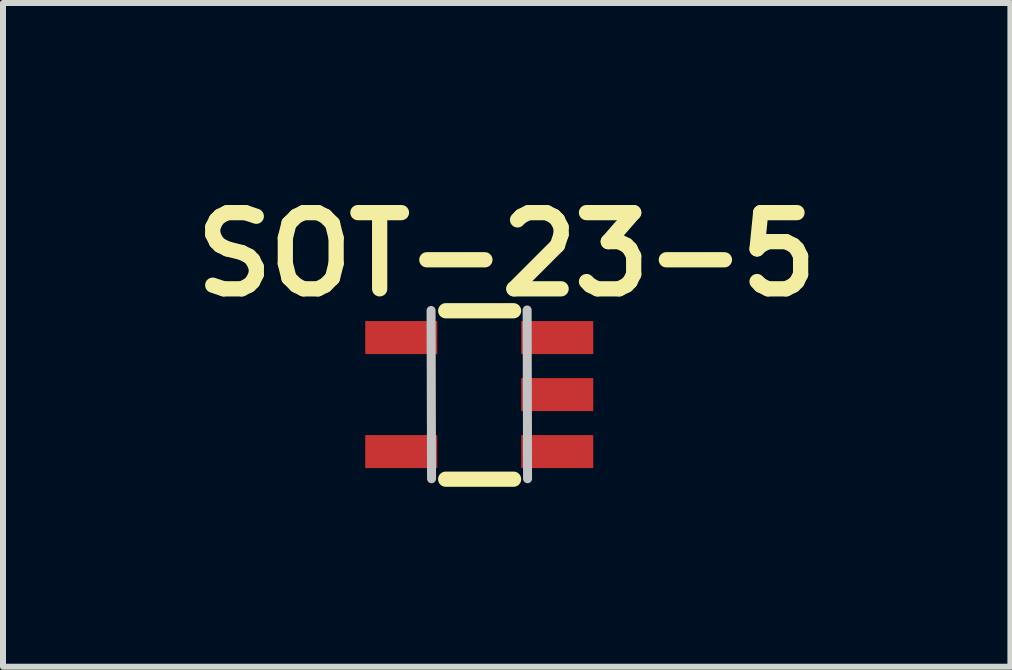
<source format=kicad_pcb>
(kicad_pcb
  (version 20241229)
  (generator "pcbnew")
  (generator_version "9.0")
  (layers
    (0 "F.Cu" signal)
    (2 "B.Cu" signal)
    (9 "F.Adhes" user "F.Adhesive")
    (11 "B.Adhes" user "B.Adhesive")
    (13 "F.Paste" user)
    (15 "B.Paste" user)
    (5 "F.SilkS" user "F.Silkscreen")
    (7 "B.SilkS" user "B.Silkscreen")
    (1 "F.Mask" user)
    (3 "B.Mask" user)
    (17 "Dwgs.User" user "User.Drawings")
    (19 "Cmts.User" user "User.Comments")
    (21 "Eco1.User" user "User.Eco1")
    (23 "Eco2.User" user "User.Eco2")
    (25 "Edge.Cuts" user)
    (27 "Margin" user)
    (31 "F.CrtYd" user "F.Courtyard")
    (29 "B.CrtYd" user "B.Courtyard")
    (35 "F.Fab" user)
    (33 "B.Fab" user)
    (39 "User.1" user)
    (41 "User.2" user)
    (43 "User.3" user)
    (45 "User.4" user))
  (footprint "SOT-23-5"
    (layer "F.Cu")
    (at 4.937 3.526)
    (property "Reference" "SOT-23-5" (at 0.457 -2.337 0) (layer "F.SilkS") (effects (font (size 1.27 1.27) (thickness 0.254))))
    (attr smd)
    (fp_line (start -0.559 -1.397) (end 0.572 -1.397) (stroke (width 0.254) (type solid)) (layer "F.SilkS"))
    (fp_line (start -0.559 1.41) (end 0.572 1.41) (stroke (width 0.254) (type solid)) (layer "F.SilkS"))
    (fp_line (start -0.803 -1.402) (end -0.795 1.402) (stroke (width 0.15) (type solid)) (layer "Dwgs.User"))
    (fp_line (start 0.805 1.402) (end 0.798 -1.41) (stroke (width 0.15) (type solid)) (layer "Dwgs.User"))
    (pad "1" smd rect (at 1.3 0.95) (size 1.2 0.55) (layers "F.Cu" "F.Mask" "F.Paste"))
    (pad "2" smd rect (at 1.3 0) (size 1.2 0.55) (layers "F.Cu" "F.Mask" "F.Paste"))
    (pad "3" smd rect (at 1.3 -0.95) (size 1.2 0.55) (layers "F.Cu" "F.Mask" "F.Paste"))
    (pad "4" smd rect (at -1.3 -0.95) (size 1.2 0.55) (layers "F.Cu" "F.Mask" "F.Paste"))
    (pad "5" smd rect (at -1.3 0.95) (size 1.2 0.55) (layers "F.Cu" "F.Mask" "F.Paste")))
  (gr_rect
    (start -3 -3)
    (end 13.789 8.062)
    (stroke (width 0.1) (type default))
    (fill no)
    (layer "Edge.Cuts")))
</source>
